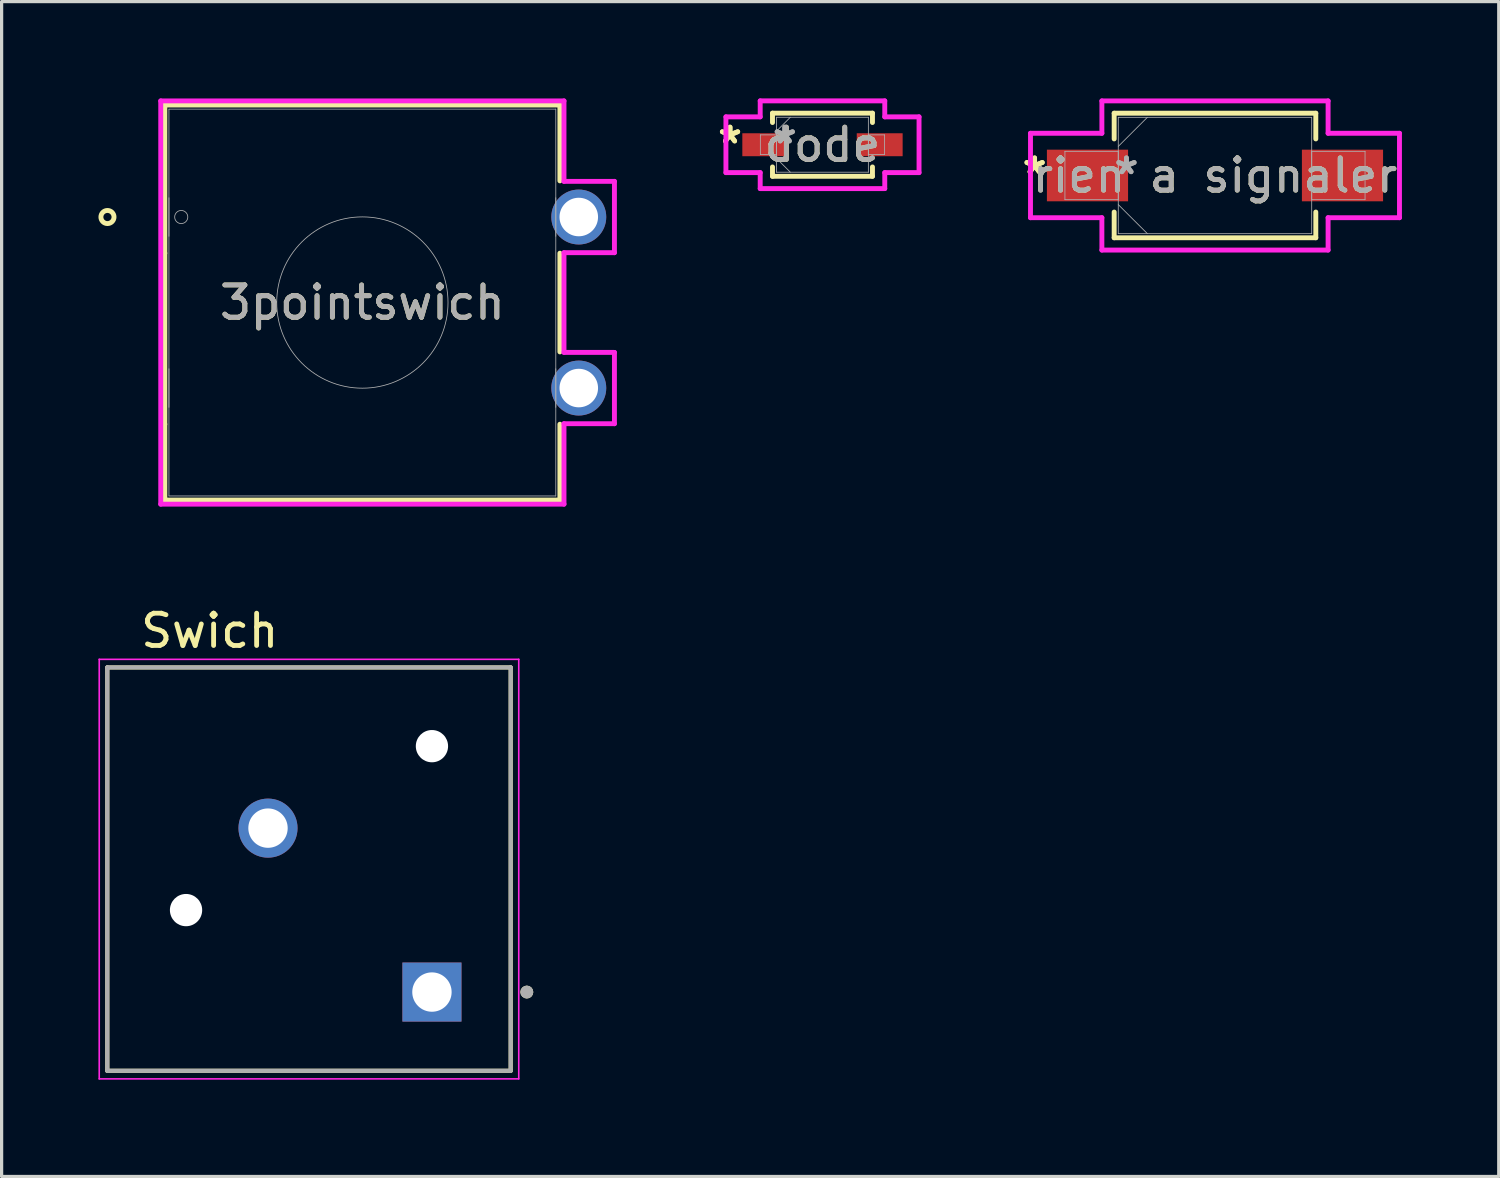
<source format=kicad_pcb>
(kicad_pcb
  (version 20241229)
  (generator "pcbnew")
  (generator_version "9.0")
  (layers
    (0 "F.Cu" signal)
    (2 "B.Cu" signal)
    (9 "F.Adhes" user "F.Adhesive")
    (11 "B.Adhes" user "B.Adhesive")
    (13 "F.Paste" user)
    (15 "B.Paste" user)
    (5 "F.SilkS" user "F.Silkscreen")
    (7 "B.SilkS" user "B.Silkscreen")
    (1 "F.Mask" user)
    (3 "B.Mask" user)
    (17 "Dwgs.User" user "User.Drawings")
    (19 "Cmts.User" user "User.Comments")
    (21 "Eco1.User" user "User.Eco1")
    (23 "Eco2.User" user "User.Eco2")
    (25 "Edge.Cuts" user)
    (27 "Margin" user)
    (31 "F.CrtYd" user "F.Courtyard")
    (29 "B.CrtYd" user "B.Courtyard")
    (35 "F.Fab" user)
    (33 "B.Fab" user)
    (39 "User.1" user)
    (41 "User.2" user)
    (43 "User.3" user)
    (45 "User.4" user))
  (footprint "rien a signaler"
    (layer "F.Cu")
    (at 34.6 2.388)
    (property "Reference" "rien a signaler" (at 0 0 0) (unlocked yes) (layer "F.SilkS") (effects (font (size 1 1) (thickness 0.15))))
    (attr smd)
    (fp_line (start -3.124 -1.93) (end -3.124 -1.133) (stroke (width 0.152) (type solid)) (layer "F.SilkS"))
    (fp_line (start -3.124 1.133) (end -3.124 1.93) (stroke (width 0.152) (type solid)) (layer "F.SilkS"))
    (fp_line (start -3.124 1.93) (end 3.124 1.93) (stroke (width 0.152) (type solid)) (layer "F.SilkS"))
    (fp_line (start 3.124 -1.93) (end -3.124 -1.93) (stroke (width 0.152) (type solid)) (layer "F.SilkS"))
    (fp_line (start 3.124 -1.133) (end 3.124 -1.93) (stroke (width 0.152) (type solid)) (layer "F.SilkS"))
    (fp_line (start 3.124 1.93) (end 3.124 1.133) (stroke (width 0.152) (type solid)) (layer "F.SilkS"))
    (fp_line (start -5.717 -1.308) (end -3.505 -1.308) (stroke (width 0.152) (type solid)) (layer "F.CrtYd"))
    (fp_line (start -5.717 1.308) (end -5.717 -1.308) (stroke (width 0.152) (type solid)) (layer "F.CrtYd"))
    (fp_line (start -3.505 -2.311) (end 3.505 -2.311) (stroke (width 0.152) (type solid)) (layer "F.CrtYd"))
    (fp_line (start -3.505 -1.308) (end -3.505 -2.311) (stroke (width 0.152) (type solid)) (layer "F.CrtYd"))
    (fp_line (start -3.505 1.308) (end -5.717 1.308) (stroke (width 0.152) (type solid)) (layer "F.CrtYd"))
    (fp_line (start -3.505 2.311) (end -3.505 1.308) (stroke (width 0.152) (type solid)) (layer "F.CrtYd"))
    (fp_line (start 3.505 -2.311) (end 3.505 -1.308) (stroke (width 0.152) (type solid)) (layer "F.CrtYd"))
    (fp_line (start 3.505 -1.308) (end 5.717 -1.308) (stroke (width 0.152) (type solid)) (layer "F.CrtYd"))
    (fp_line (start 3.505 1.308) (end 3.505 2.311) (stroke (width 0.152) (type solid)) (layer "F.CrtYd"))
    (fp_line (start 3.505 2.311) (end -3.505 2.311) (stroke (width 0.152) (type solid)) (layer "F.CrtYd"))
    (fp_line (start 5.717 -1.308) (end 5.717 1.308) (stroke (width 0.152) (type solid)) (layer "F.CrtYd"))
    (fp_line (start 5.717 1.308) (end 3.505 1.308) (stroke (width 0.152) (type solid)) (layer "F.CrtYd"))
    (fp_line (start -4.65 -0.749) (end -4.65 0.749) (stroke (width 0.025) (type solid)) (layer "F.Fab"))
    (fp_line (start -4.65 0.749) (end -2.997 0.749) (stroke (width 0.025) (type solid)) (layer "F.Fab"))
    (fp_line (start -2.997 -1.803) (end -2.997 1.803) (stroke (width 0.025) (type solid)) (layer "F.Fab"))
    (fp_line (start -2.997 -0.902) (end -2.095 -1.803) (stroke (width 0.025) (type solid)) (layer "F.Fab"))
    (fp_line (start -2.997 -0.749) (end -4.65 -0.749) (stroke (width 0.025) (type solid)) (layer "F.Fab"))
    (fp_line (start -2.997 0.749) (end -2.997 -0.749) (stroke (width 0.025) (type solid)) (layer "F.Fab"))
    (fp_line (start -2.997 0.902) (end -2.095 1.803) (stroke (width 0.025) (type solid)) (layer "F.Fab"))
    (fp_line (start -2.997 1.803) (end 2.997 1.803) (stroke (width 0.025) (type solid)) (layer "F.Fab"))
    (fp_line (start 2.997 -1.803) (end -2.997 -1.803) (stroke (width 0.025) (type solid)) (layer "F.Fab"))
    (fp_line (start 2.997 -0.749) (end 2.997 0.749) (stroke (width 0.025) (type solid)) (layer "F.Fab"))
    (fp_line (start 2.997 0.749) (end 4.65 0.749) (stroke (width 0.025) (type solid)) (layer "F.Fab"))
    (fp_line (start 2.997 1.803) (end 2.997 -1.803) (stroke (width 0.025) (type solid)) (layer "F.Fab"))
    (fp_line (start 4.65 -0.749) (end 2.997 -0.749) (stroke (width 0.025) (type solid)) (layer "F.Fab"))
    (fp_line (start 4.65 0.749) (end 4.65 -0.749) (stroke (width 0.025) (type solid)) (layer "F.Fab"))
    (fp_text user "*" (at -5.59 0 0) (layer "F.SilkS") (effects (font (size 1 1) (thickness 0.15))))
    (fp_text user "*" (at -5.59 0 0) (unlocked yes) (layer "F.SilkS") (effects (font (size 1 1) (thickness 0.15))))
    (fp_text user "*" (at -2.743 0 0) (unlocked yes) (layer "F.Fab") (effects (font (size 1 1) (thickness 0.15))))
    (fp_text user "${REFERENCE}" (at 0 0 0) (unlocked yes) (layer "F.Fab") (effects (font (size 1 1) (thickness 0.15))))
    (fp_text user "*" (at -2.743 0 0) (layer "F.Fab") (effects (font (size 1 1) (thickness 0.15))))
    (pad "1" smd rect (at -3.951 0) (size 2.515 1.6) (layers "F.Cu" "F.Mask" "F.Paste"))
    (pad "2" smd rect (at 3.951 0) (size 2.515 1.6) (layers "F.Cu" "F.Mask" "F.Paste")))
  (footprint "3pointswich"
    (layer "F.Cu")
    (at 14.885 3.675)
    (property "Reference" "3pointswich" (at -6.706 2.65 0) (unlocked yes) (layer "F.SilkS") (effects (font (size 1 1) (thickness 0.15))))
    (attr through_hole)
    (fp_line (start -12.827 -3.471) (end -12.827 1.121) (stroke (width 0.152) (type solid)) (layer "F.SilkS"))
    (fp_line (start -12.827 1.121) (end -12.827 6.421) (stroke (width 0.152) (type solid)) (layer "F.SilkS"))
    (fp_line (start -12.827 6.421) (end -12.827 8.771) (stroke (width 0.152) (type solid)) (layer "F.SilkS"))
    (fp_line (start -12.827 8.771) (end -0.585 8.771) (stroke (width 0.152) (type solid)) (layer "F.SilkS"))
    (fp_line (start -0.585 -3.471) (end -12.827 -3.471) (stroke (width 0.152) (type solid)) (layer "F.SilkS"))
    (fp_line (start -0.585 -1.121) (end -0.585 -3.471) (stroke (width 0.152) (type solid)) (layer "F.SilkS"))
    (fp_line (start -0.585 4.179) (end -0.585 1.121) (stroke (width 0.152) (type solid)) (layer "F.SilkS"))
    (fp_line (start -0.585 8.771) (end -0.585 6.421) (stroke (width 0.152) (type solid)) (layer "F.SilkS"))
    (fp_circle (center -14.605 0) (end -14.402 0) (stroke (width 0.152) (type solid)) (fill no) (layer "F.SilkS"))
    (fp_line (start -12.954 -3.598) (end -12.954 8.898) (stroke (width 0.152) (type solid)) (layer "F.CrtYd"))
    (fp_line (start -12.954 8.898) (end -0.458 8.898) (stroke (width 0.152) (type solid)) (layer "F.CrtYd"))
    (fp_line (start -0.458 -3.598) (end -12.954 -3.598) (stroke (width 0.152) (type solid)) (layer "F.CrtYd"))
    (fp_line (start -0.458 -1.105) (end -0.458 -3.598) (stroke (width 0.152) (type solid)) (layer "F.CrtYd"))
    (fp_line (start -0.458 1.105) (end 1.105 1.105) (stroke (width 0.152) (type solid)) (layer "F.CrtYd"))
    (fp_line (start -0.458 4.195) (end -0.458 1.105) (stroke (width 0.152) (type solid)) (layer "F.CrtYd"))
    (fp_line (start -0.458 6.405) (end 1.105 6.405) (stroke (width 0.152) (type solid)) (layer "F.CrtYd"))
    (fp_line (start -0.458 8.898) (end -0.458 6.405) (stroke (width 0.152) (type solid)) (layer "F.CrtYd"))
    (fp_line (start 1.105 -1.105) (end -0.458 -1.105) (stroke (width 0.152) (type solid)) (layer "F.CrtYd"))
    (fp_line (start 1.105 1.105) (end 1.105 -1.105) (stroke (width 0.152) (type solid)) (layer "F.CrtYd"))
    (fp_line (start 1.105 4.195) (end -0.458 4.195) (stroke (width 0.152) (type solid)) (layer "F.CrtYd"))
    (fp_line (start 1.105 6.405) (end 1.105 4.195) (stroke (width 0.152) (type solid)) (layer "F.CrtYd"))
    (fp_line (start -12.7 -3.344) (end -12.7 8.644) (stroke (width 0.025) (type solid)) (layer "F.Fab"))
    (fp_line (start -12.7 0.597) (end -12.7 -0.597) (stroke (width 0.025) (type solid)) (layer "F.Fab"))
    (fp_line (start -12.7 5.897) (end -12.7 4.703) (stroke (width 0.025) (type solid)) (layer "F.Fab"))
    (fp_line (start -12.7 8.644) (end -0.712 8.644) (stroke (width 0.025) (type solid)) (layer "F.Fab"))
    (fp_line (start -0.712 -3.344) (end -12.7 -3.344) (stroke (width 0.025) (type solid)) (layer "F.Fab"))
    (fp_line (start -0.712 -0.597) (end -0.712 0.597) (stroke (width 0.025) (type solid)) (layer "F.Fab"))
    (fp_line (start -0.712 4.703) (end -0.712 5.897) (stroke (width 0.025) (type solid)) (layer "F.Fab"))
    (fp_line (start -0.712 8.644) (end -0.712 -3.344) (stroke (width 0.025) (type solid)) (layer "F.Fab"))
    (fp_line (start -0.254 0) (end 0.254 0) (stroke (width 0.152) (type solid)) (layer "F.Fab"))
    (fp_line (start 0 0.254) (end 0 -0.254) (stroke (width 0.152) (type solid)) (layer "F.Fab"))
    (fp_circle (center -12.319 0) (end -12.116 0) (stroke (width 0.025) (type solid)) (fill no) (layer "F.Fab"))
    (fp_circle (center -6.706 2.65) (end -4.052 2.65) (stroke (width 0.025) (type solid)) (fill no) (layer "F.Fab"))
    (fp_text user "${REFERENCE}" (at -6.706 2.65 0) (unlocked yes) (layer "F.Fab") (effects (font (size 1 1) (thickness 0.15))))
    (pad "1" thru_hole circle (at 0 0) (size 1.702 1.702) (drill 1.194) (layers "*.Cu" "*.Mask"))
    (pad "2" thru_hole circle (at 0 5.3) (size 1.702 1.702) (drill 1.194) (layers "*.Cu" "*.Mask")))
  (footprint "dode"
    (layer "F.Cu")
    (at 22.437 1.435)
    (property "Reference" "dode" (at 0 0 0) (unlocked yes) (layer "F.SilkS") (effects (font (size 1 1) (thickness 0.15))))
    (attr smd)
    (fp_line (start -1.549 -0.978) (end -1.549 -0.688) (stroke (width 0.152) (type solid)) (layer "F.SilkS"))
    (fp_line (start -1.549 0.688) (end -1.549 0.978) (stroke (width 0.152) (type solid)) (layer "F.SilkS"))
    (fp_line (start -1.549 0.978) (end 1.549 0.978) (stroke (width 0.152) (type solid)) (layer "F.SilkS"))
    (fp_line (start 1.549 -0.978) (end -1.549 -0.978) (stroke (width 0.152) (type solid)) (layer "F.SilkS"))
    (fp_line (start 1.549 -0.688) (end 1.549 -0.978) (stroke (width 0.152) (type solid)) (layer "F.SilkS"))
    (fp_line (start 1.549 0.978) (end 1.549 0.688) (stroke (width 0.152) (type solid)) (layer "F.SilkS"))
    (fp_line (start -2.992 -0.864) (end -1.93 -0.864) (stroke (width 0.152) (type solid)) (layer "F.CrtYd"))
    (fp_line (start -2.992 0.864) (end -2.992 -0.864) (stroke (width 0.152) (type solid)) (layer "F.CrtYd"))
    (fp_line (start -1.93 -1.359) (end 1.93 -1.359) (stroke (width 0.152) (type solid)) (layer "F.CrtYd"))
    (fp_line (start -1.93 -0.864) (end -1.93 -1.359) (stroke (width 0.152) (type solid)) (layer "F.CrtYd"))
    (fp_line (start -1.93 0.864) (end -2.992 0.864) (stroke (width 0.152) (type solid)) (layer "F.CrtYd"))
    (fp_line (start -1.93 1.359) (end -1.93 0.864) (stroke (width 0.152) (type solid)) (layer "F.CrtYd"))
    (fp_line (start 1.93 -1.359) (end 1.93 -0.864) (stroke (width 0.152) (type solid)) (layer "F.CrtYd"))
    (fp_line (start 1.93 -0.864) (end 2.992 -0.864) (stroke (width 0.152) (type solid)) (layer "F.CrtYd"))
    (fp_line (start 1.93 0.864) (end 1.93 1.359) (stroke (width 0.152) (type solid)) (layer "F.CrtYd"))
    (fp_line (start 1.93 1.359) (end -1.93 1.359) (stroke (width 0.152) (type solid)) (layer "F.CrtYd"))
    (fp_line (start 2.992 -0.864) (end 2.992 0.864) (stroke (width 0.152) (type solid)) (layer "F.CrtYd"))
    (fp_line (start 2.992 0.864) (end 1.93 0.864) (stroke (width 0.152) (type solid)) (layer "F.CrtYd"))
    (fp_line (start -1.925 -0.305) (end -1.925 0.305) (stroke (width 0.025) (type solid)) (layer "F.Fab"))
    (fp_line (start -1.925 0.305) (end -1.422 0.305) (stroke (width 0.025) (type solid)) (layer "F.Fab"))
    (fp_line (start -1.422 -0.851) (end -1.422 0.851) (stroke (width 0.025) (type solid)) (layer "F.Fab"))
    (fp_line (start -1.422 -0.425) (end -0.997 -0.851) (stroke (width 0.025) (type solid)) (layer "F.Fab"))
    (fp_line (start -1.422 -0.305) (end -1.925 -0.305) (stroke (width 0.025) (type solid)) (layer "F.Fab"))
    (fp_line (start -1.422 0.305) (end -1.422 -0.305) (stroke (width 0.025) (type solid)) (layer "F.Fab"))
    (fp_line (start -1.422 0.425) (end -0.997 0.851) (stroke (width 0.025) (type solid)) (layer "F.Fab"))
    (fp_line (start -1.422 0.851) (end 1.422 0.851) (stroke (width 0.025) (type solid)) (layer "F.Fab"))
    (fp_line (start 1.422 -0.851) (end -1.422 -0.851) (stroke (width 0.025) (type solid)) (layer "F.Fab"))
    (fp_line (start 1.422 -0.305) (end 1.422 0.305) (stroke (width 0.025) (type solid)) (layer "F.Fab"))
    (fp_line (start 1.422 0.305) (end 1.925 0.305) (stroke (width 0.025) (type solid)) (layer "F.Fab"))
    (fp_line (start 1.422 0.851) (end 1.422 -0.851) (stroke (width 0.025) (type solid)) (layer "F.Fab"))
    (fp_line (start 1.925 -0.305) (end 1.422 -0.305) (stroke (width 0.025) (type solid)) (layer "F.Fab"))
    (fp_line (start 1.925 0.305) (end 1.925 -0.305) (stroke (width 0.025) (type solid)) (layer "F.Fab"))
    (fp_text user "*" (at -2.865 0 0) (unlocked yes) (layer "F.SilkS") (effects (font (size 1 1) (thickness 0.15))))
    (fp_text user "*" (at -2.865 0 0) (layer "F.SilkS") (effects (font (size 1 1) (thickness 0.15))))
    (fp_text user "*" (at -1.168 0 0) (unlocked yes) (layer "F.Fab") (effects (font (size 1 1) (thickness 0.15))))
    (fp_text user "*" (at -1.168 0 0) (layer "F.Fab") (effects (font (size 1 1) (thickness 0.15))))
    (fp_text user "${REFERENCE}" (at 0 0 0) (unlocked yes) (layer "F.Fab") (effects (font (size 1 1) (thickness 0.15))))
    (pad "1" smd rect (at -1.773 0) (size 1.422 0.711) (layers "F.Cu" "F.Mask" "F.Paste"))
    (pad "2" smd rect (at 1.773 0) (size 1.422 0.711) (layers "F.Cu" "F.Mask" "F.Paste")))
  (footprint "Swich"
    (layer "F.Cu")
    (at 6.525 23.882)
    (property "Reference" "Swich" (at -3.075 -7.385 0) (layer "F.SilkS") (effects (font (size 1 1) (thickness 0.15))))
    (attr through_hole)
    (fp_line (start -6.25 -6.25) (end -6.25 6.25) (stroke (width 0.127) (type solid)) (layer "F.SilkS"))
    (fp_line (start -6.25 6.25) (end 6.25 6.25) (stroke (width 0.127) (type solid)) (layer "F.SilkS"))
    (fp_line (start 6.25 -6.25) (end -6.25 -6.25) (stroke (width 0.127) (type solid)) (layer "F.SilkS"))
    (fp_line (start 6.25 6.25) (end 6.25 -6.25) (stroke (width 0.127) (type solid)) (layer "F.SilkS"))
    (fp_circle (center 6.75 3.81) (end 6.85 3.81) (stroke (width 0.2) (type solid)) (fill no) (layer "F.SilkS"))
    (fp_line (start -6.5 -6.5) (end 6.5 -6.5) (stroke (width 0.05) (type solid)) (layer "F.CrtYd"))
    (fp_line (start -6.5 6.5) (end -6.5 -6.5) (stroke (width 0.05) (type solid)) (layer "F.CrtYd"))
    (fp_line (start 6.5 -6.5) (end 6.5 6.5) (stroke (width 0.05) (type solid)) (layer "F.CrtYd"))
    (fp_line (start 6.5 6.5) (end -6.5 6.5) (stroke (width 0.05) (type solid)) (layer "F.CrtYd"))
    (fp_line (start -6.25 -6.25) (end 6.25 -6.25) (stroke (width 0.127) (type solid)) (layer "F.Fab"))
    (fp_line (start -6.25 6.25) (end -6.25 -6.25) (stroke (width 0.127) (type solid)) (layer "F.Fab"))
    (fp_line (start 6.25 -6.25) (end 6.25 6.25) (stroke (width 0.127) (type solid)) (layer "F.Fab"))
    (fp_line (start 6.25 6.25) (end -6.25 6.25) (stroke (width 0.127) (type solid)) (layer "F.Fab"))
    (fp_circle (center 6.75 3.81) (end 6.85 3.81) (stroke (width 0.2) (type solid)) (fill no) (layer "F.Fab"))
    (pad "" np_thru_hole circle (at -3.81 1.27) (size 1 1) (drill 1) (layers "*.Cu" "*.Mask"))
    (pad "" np_thru_hole circle (at 3.81 -3.81) (size 1 1) (drill 1) (layers "*.Cu" "*.Mask"))
    (pad "1" thru_hole rect (at 3.81 3.81) (size 1.83 1.83) (drill 1.22) (layers "*.Cu" "*.Mask"))
    (pad "3" thru_hole circle (at -1.27 -1.27) (size 1.83 1.83) (drill 1.22) (layers "*.Cu" "*.Mask")))
  (gr_rect
    (start -3 -3)
    (end 43.393 33.407)
    (stroke (width 0.1) (type default))
    (fill no)
    (layer "Edge.Cuts")))
</source>
